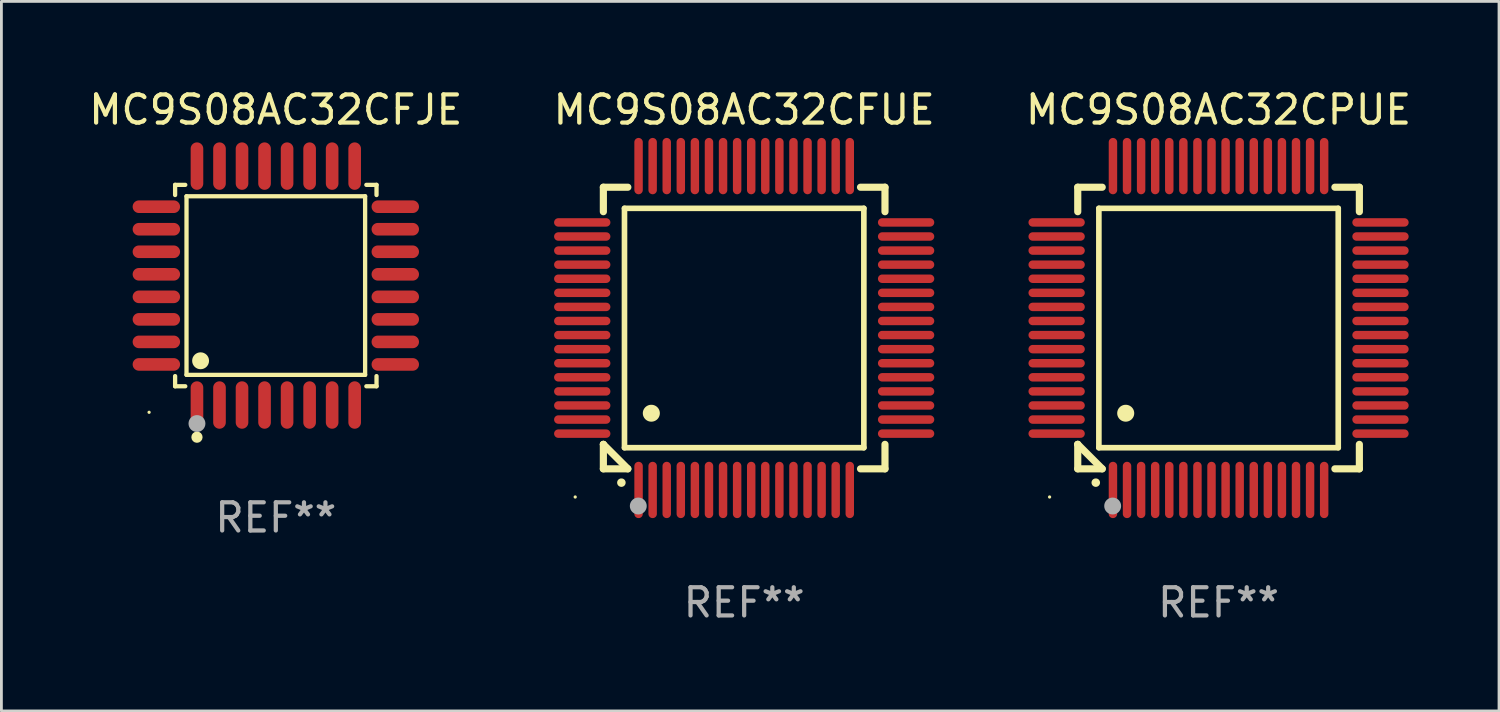
<source format=kicad_pcb>
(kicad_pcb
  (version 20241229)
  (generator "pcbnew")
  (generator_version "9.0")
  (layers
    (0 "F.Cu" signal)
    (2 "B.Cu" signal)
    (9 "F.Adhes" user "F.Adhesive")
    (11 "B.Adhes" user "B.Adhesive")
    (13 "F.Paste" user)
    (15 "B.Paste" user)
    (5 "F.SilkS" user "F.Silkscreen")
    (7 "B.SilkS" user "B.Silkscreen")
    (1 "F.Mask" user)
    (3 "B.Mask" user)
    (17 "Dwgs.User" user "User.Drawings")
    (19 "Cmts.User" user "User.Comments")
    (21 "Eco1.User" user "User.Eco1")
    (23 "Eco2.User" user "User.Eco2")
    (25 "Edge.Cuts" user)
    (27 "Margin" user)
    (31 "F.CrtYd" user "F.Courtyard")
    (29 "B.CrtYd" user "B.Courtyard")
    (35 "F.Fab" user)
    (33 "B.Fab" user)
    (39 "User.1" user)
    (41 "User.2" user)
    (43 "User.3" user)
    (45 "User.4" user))
  (footprint "MC9S08AC32CFUE"
    (layer "F.Cu")
    (at 23.375 8.598)
    (property "Reference" "MC9S08AC32CFUE" (at 0 -7.75 0) (layer "F.SilkS") (effects (font (size 1 1) (thickness 0.15))))
    (attr through_hole)
    (fp_line (start -5 -5) (end -4.131 -5) (stroke (width 0.254) (type solid)) (layer "F.SilkS"))
    (fp_line (start -5 -4.131) (end -5 -5) (stroke (width 0.254) (type solid)) (layer "F.SilkS"))
    (fp_line (start -5 4.131) (end -5 4.131) (stroke (width 0.254) (type solid)) (layer "F.SilkS"))
    (fp_line (start -5 5) (end -5 4.131) (stroke (width 0.254) (type solid)) (layer "F.SilkS"))
    (fp_line (start -5 4.131) (end -4.131 5) (stroke (width 0.254) (type solid)) (layer "F.SilkS"))
    (fp_line (start -4.25 -4.25) (end -4.25 4.25) (stroke (width 0.2) (type solid)) (layer "F.SilkS"))
    (fp_line (start -4.25 4.25) (end 4.25 4.25) (stroke (width 0.2) (type solid)) (layer "F.SilkS"))
    (fp_line (start -4.131 5) (end -5 5) (stroke (width 0.254) (type solid)) (layer "F.SilkS"))
    (fp_line (start 4.25 -4.25) (end -4.25 -4.25) (stroke (width 0.2) (type solid)) (layer "F.SilkS"))
    (fp_line (start 4.25 4.25) (end 4.25 -4.25) (stroke (width 0.2) (type solid)) (layer "F.SilkS"))
    (fp_line (start 5 -5) (end 4.131 -5) (stroke (width 0.254) (type solid)) (layer "F.SilkS"))
    (fp_line (start 5 -5) (end 5 -4.131) (stroke (width 0.254) (type solid)) (layer "F.SilkS"))
    (fp_line (start 5 4.131) (end 5 5) (stroke (width 0.254) (type solid)) (layer "F.SilkS"))
    (fp_line (start 5 5) (end 4.131 5) (stroke (width 0.254) (type solid)) (layer "F.SilkS"))
    (fp_arc (start -4.361265 5.489992) (mid -4.359995 5.489987) (end -4.358725 5.489992) (stroke (width 0.3) (type solid)) (layer "F.SilkS"))
    (fp_arc (start -3.299467 3.025146) (mid -3.296927 3.025135) (end -3.294387 3.025146) (stroke (width 0.6) (type solid)) (layer "F.SilkS"))
    (fp_circle (center -6 6) (end -5.97 6) (stroke (width 0.06) (type solid)) (fill no) (layer "F.SilkS"))
    (fp_circle (center -3.76 6.32) (end -3.61 6.32) (stroke (width 0.3) (type solid)) (fill no) (layer "F.Fab"))
    (fp_text user "REF**" (at 0 9.75 0) (layer "F.Fab") (effects (font (size 1 1) (thickness 0.15))))
    (pad "1" smd oval (at -3.75 5.75) (size 0.3 2) (layers "F.Cu" "F.Mask" "F.Paste"))
    (pad "2" smd oval (at -3.25 5.75) (size 0.3 2) (layers "F.Cu" "F.Mask" "F.Paste"))
    (pad "3" smd oval (at -2.75 5.75) (size 0.3 2) (layers "F.Cu" "F.Mask" "F.Paste"))
    (pad "4" smd oval (at -2.25 5.75) (size 0.3 2) (layers "F.Cu" "F.Mask" "F.Paste"))
    (pad "5" smd oval (at -1.75 5.75) (size 0.3 2) (layers "F.Cu" "F.Mask" "F.Paste"))
    (pad "6" smd oval (at -1.25 5.75) (size 0.3 2) (layers "F.Cu" "F.Mask" "F.Paste"))
    (pad "7" smd oval (at -0.75 5.75) (size 0.3 2) (layers "F.Cu" "F.Mask" "F.Paste"))
    (pad "8" smd oval (at -0.25 5.75) (size 0.3 2) (layers "F.Cu" "F.Mask" "F.Paste"))
    (pad "9" smd oval (at 0.25 5.75) (size 0.3 2) (layers "F.Cu" "F.Mask" "F.Paste"))
    (pad "10" smd oval (at 0.75 5.75) (size 0.3 2) (layers "F.Cu" "F.Mask" "F.Paste"))
    (pad "11" smd oval (at 1.25 5.75) (size 0.3 2) (layers "F.Cu" "F.Mask" "F.Paste"))
    (pad "12" smd oval (at 1.75 5.75) (size 0.3 2) (layers "F.Cu" "F.Mask" "F.Paste"))
    (pad "13" smd oval (at 2.25 5.75) (size 0.3 2) (layers "F.Cu" "F.Mask" "F.Paste"))
    (pad "14" smd oval (at 2.75 5.75) (size 0.3 2) (layers "F.Cu" "F.Mask" "F.Paste"))
    (pad "15" smd oval (at 3.25 5.75) (size 0.3 2) (layers "F.Cu" "F.Mask" "F.Paste"))
    (pad "16" smd oval (at 3.75 5.75) (size 0.3 2) (layers "F.Cu" "F.Mask" "F.Paste"))
    (pad "17" smd oval (at 5.75 3.75) (size 2 0.3) (layers "F.Cu" "F.Mask" "F.Paste"))
    (pad "18" smd oval (at 5.75 3.25) (size 2 0.3) (layers "F.Cu" "F.Mask" "F.Paste"))
    (pad "19" smd oval (at 5.75 2.75) (size 2 0.3) (layers "F.Cu" "F.Mask" "F.Paste"))
    (pad "20" smd oval (at 5.75 2.25) (size 2 0.3) (layers "F.Cu" "F.Mask" "F.Paste"))
    (pad "21" smd oval (at 5.75 1.75) (size 2 0.3) (layers "F.Cu" "F.Mask" "F.Paste"))
    (pad "22" smd oval (at 5.75 1.25) (size 2 0.3) (layers "F.Cu" "F.Mask" "F.Paste"))
    (pad "23" smd oval (at 5.75 0.75) (size 2 0.3) (layers "F.Cu" "F.Mask" "F.Paste"))
    (pad "24" smd oval (at 5.75 0.25) (size 2 0.3) (layers "F.Cu" "F.Mask" "F.Paste"))
    (pad "25" smd oval (at 5.75 -0.25) (size 2 0.3) (layers "F.Cu" "F.Mask" "F.Paste"))
    (pad "26" smd oval (at 5.75 -0.75) (size 2 0.3) (layers "F.Cu" "F.Mask" "F.Paste"))
    (pad "27" smd oval (at 5.75 -1.25) (size 2 0.3) (layers "F.Cu" "F.Mask" "F.Paste"))
    (pad "28" smd oval (at 5.75 -1.75) (size 2 0.3) (layers "F.Cu" "F.Mask" "F.Paste"))
    (pad "29" smd oval (at 5.75 -2.25) (size 2 0.3) (layers "F.Cu" "F.Mask" "F.Paste"))
    (pad "30" smd oval (at 5.75 -2.75) (size 2 0.3) (layers "F.Cu" "F.Mask" "F.Paste"))
    (pad "31" smd oval (at 5.75 -3.25) (size 2 0.3) (layers "F.Cu" "F.Mask" "F.Paste"))
    (pad "32" smd oval (at 5.75 -3.75) (size 2 0.3) (layers "F.Cu" "F.Mask" "F.Paste"))
    (pad "33" smd oval (at 3.75 -5.75) (size 0.3 2) (layers "F.Cu" "F.Mask" "F.Paste"))
    (pad "34" smd oval (at 3.25 -5.75) (size 0.3 2) (layers "F.Cu" "F.Mask" "F.Paste"))
    (pad "35" smd oval (at 2.75 -5.75) (size 0.3 2) (layers "F.Cu" "F.Mask" "F.Paste"))
    (pad "36" smd oval (at 2.25 -5.75) (size 0.3 2) (layers "F.Cu" "F.Mask" "F.Paste"))
    (pad "37" smd oval (at 1.75 -5.75) (size 0.3 2) (layers "F.Cu" "F.Mask" "F.Paste"))
    (pad "38" smd oval (at 1.25 -5.75) (size 0.3 2) (layers "F.Cu" "F.Mask" "F.Paste"))
    (pad "39" smd oval (at 0.75 -5.75) (size 0.3 2) (layers "F.Cu" "F.Mask" "F.Paste"))
    (pad "40" smd oval (at 0.25 -5.75) (size 0.3 2) (layers "F.Cu" "F.Mask" "F.Paste"))
    (pad "41" smd oval (at -0.25 -5.75) (size 0.3 2) (layers "F.Cu" "F.Mask" "F.Paste"))
    (pad "42" smd oval (at -0.75 -5.75) (size 0.3 2) (layers "F.Cu" "F.Mask" "F.Paste"))
    (pad "43" smd oval (at -1.25 -5.75) (size 0.3 2) (layers "F.Cu" "F.Mask" "F.Paste"))
    (pad "44" smd oval (at -1.75 -5.75) (size 0.3 2) (layers "F.Cu" "F.Mask" "F.Paste"))
    (pad "45" smd oval (at -2.25 -5.75) (size 0.3 2) (layers "F.Cu" "F.Mask" "F.Paste"))
    (pad "46" smd oval (at -2.75 -5.75) (size 0.3 2) (layers "F.Cu" "F.Mask" "F.Paste"))
    (pad "47" smd oval (at -3.25 -5.75) (size 0.3 2) (layers "F.Cu" "F.Mask" "F.Paste"))
    (pad "48" smd oval (at -3.75 -5.75) (size 0.3 2) (layers "F.Cu" "F.Mask" "F.Paste"))
    (pad "49" smd oval (at -5.75 -3.75) (size 2 0.3) (layers "F.Cu" "F.Mask" "F.Paste"))
    (pad "50" smd oval (at -5.75 -3.25) (size 2 0.3) (layers "F.Cu" "F.Mask" "F.Paste"))
    (pad "51" smd oval (at -5.75 -2.75) (size 2 0.3) (layers "F.Cu" "F.Mask" "F.Paste"))
    (pad "52" smd oval (at -5.75 -2.25) (size 2 0.3) (layers "F.Cu" "F.Mask" "F.Paste"))
    (pad "53" smd oval (at -5.75 -1.75) (size 2 0.3) (layers "F.Cu" "F.Mask" "F.Paste"))
    (pad "54" smd oval (at -5.75 -1.25) (size 2 0.3) (layers "F.Cu" "F.Mask" "F.Paste"))
    (pad "55" smd oval (at -5.75 -0.75) (size 2 0.3) (layers "F.Cu" "F.Mask" "F.Paste"))
    (pad "56" smd oval (at -5.75 -0.25) (size 2 0.3) (layers "F.Cu" "F.Mask" "F.Paste"))
    (pad "57" smd oval (at -5.75 0.25) (size 2 0.3) (layers "F.Cu" "F.Mask" "F.Paste"))
    (pad "58" smd oval (at -5.75 0.75) (size 2 0.3) (layers "F.Cu" "F.Mask" "F.Paste"))
    (pad "59" smd oval (at -5.75 1.25) (size 2 0.3) (layers "F.Cu" "F.Mask" "F.Paste"))
    (pad "60" smd oval (at -5.75 1.75) (size 2 0.3) (layers "F.Cu" "F.Mask" "F.Paste"))
    (pad "61" smd oval (at -5.75 2.25) (size 2 0.3) (layers "F.Cu" "F.Mask" "F.Paste"))
    (pad "62" smd oval (at -5.75 2.75) (size 2 0.3) (layers "F.Cu" "F.Mask" "F.Paste"))
    (pad "63" smd oval (at -5.75 3.25) (size 2 0.3) (layers "F.Cu" "F.Mask" "F.Paste"))
    (pad "64" smd oval (at -5.75 3.75) (size 2 0.3) (layers "F.Cu" "F.Mask" "F.Paste")))
  (footprint "MC9S08AC32CPUE"
    (layer "F.Cu")
    (at 40.22 8.598)
    (property "Reference" "MC9S08AC32CPUE" (at 0 -7.75 0) (layer "F.SilkS") (effects (font (size 1 1) (thickness 0.15))))
    (attr through_hole)
    (fp_line (start -5 -5) (end -4.131 -5) (stroke (width 0.254) (type solid)) (layer "F.SilkS"))
    (fp_line (start -5 -4.131) (end -5 -5) (stroke (width 0.254) (type solid)) (layer "F.SilkS"))
    (fp_line (start -5 4.131) (end -5 4.131) (stroke (width 0.254) (type solid)) (layer "F.SilkS"))
    (fp_line (start -5 5) (end -5 4.131) (stroke (width 0.254) (type solid)) (layer "F.SilkS"))
    (fp_line (start -5 4.131) (end -4.131 5) (stroke (width 0.254) (type solid)) (layer "F.SilkS"))
    (fp_line (start -4.25 -4.25) (end -4.25 4.25) (stroke (width 0.2) (type solid)) (layer "F.SilkS"))
    (fp_line (start -4.25 4.25) (end 4.25 4.25) (stroke (width 0.2) (type solid)) (layer "F.SilkS"))
    (fp_line (start -4.131 5) (end -5 5) (stroke (width 0.254) (type solid)) (layer "F.SilkS"))
    (fp_line (start 4.25 -4.25) (end -4.25 -4.25) (stroke (width 0.2) (type solid)) (layer "F.SilkS"))
    (fp_line (start 4.25 4.25) (end 4.25 -4.25) (stroke (width 0.2) (type solid)) (layer "F.SilkS"))
    (fp_line (start 5 -5) (end 4.131 -5) (stroke (width 0.254) (type solid)) (layer "F.SilkS"))
    (fp_line (start 5 -5) (end 5 -4.131) (stroke (width 0.254) (type solid)) (layer "F.SilkS"))
    (fp_line (start 5 4.131) (end 5 5) (stroke (width 0.254) (type solid)) (layer "F.SilkS"))
    (fp_line (start 5 5) (end 4.131 5) (stroke (width 0.254) (type solid)) (layer "F.SilkS"))
    (fp_arc (start -4.361265 5.489992) (mid -4.359995 5.489987) (end -4.358725 5.489992) (stroke (width 0.3) (type solid)) (layer "F.SilkS"))
    (fp_arc (start -3.299467 3.025146) (mid -3.296927 3.025135) (end -3.294387 3.025146) (stroke (width 0.6) (type solid)) (layer "F.SilkS"))
    (fp_circle (center -6 6) (end -5.97 6) (stroke (width 0.06) (type solid)) (fill no) (layer "F.SilkS"))
    (fp_circle (center -3.76 6.32) (end -3.61 6.32) (stroke (width 0.3) (type solid)) (fill no) (layer "F.Fab"))
    (fp_text user "REF**" (at 0 9.75 0) (layer "F.Fab") (effects (font (size 1 1) (thickness 0.15))))
    (pad "1" smd oval (at -3.75 5.75) (size 0.3 2) (layers "F.Cu" "F.Mask" "F.Paste"))
    (pad "2" smd oval (at -3.25 5.75) (size 0.3 2) (layers "F.Cu" "F.Mask" "F.Paste"))
    (pad "3" smd oval (at -2.75 5.75) (size 0.3 2) (layers "F.Cu" "F.Mask" "F.Paste"))
    (pad "4" smd oval (at -2.25 5.75) (size 0.3 2) (layers "F.Cu" "F.Mask" "F.Paste"))
    (pad "5" smd oval (at -1.75 5.75) (size 0.3 2) (layers "F.Cu" "F.Mask" "F.Paste"))
    (pad "6" smd oval (at -1.25 5.75) (size 0.3 2) (layers "F.Cu" "F.Mask" "F.Paste"))
    (pad "7" smd oval (at -0.75 5.75) (size 0.3 2) (layers "F.Cu" "F.Mask" "F.Paste"))
    (pad "8" smd oval (at -0.25 5.75) (size 0.3 2) (layers "F.Cu" "F.Mask" "F.Paste"))
    (pad "9" smd oval (at 0.25 5.75) (size 0.3 2) (layers "F.Cu" "F.Mask" "F.Paste"))
    (pad "10" smd oval (at 0.75 5.75) (size 0.3 2) (layers "F.Cu" "F.Mask" "F.Paste"))
    (pad "11" smd oval (at 1.25 5.75) (size 0.3 2) (layers "F.Cu" "F.Mask" "F.Paste"))
    (pad "12" smd oval (at 1.75 5.75) (size 0.3 2) (layers "F.Cu" "F.Mask" "F.Paste"))
    (pad "13" smd oval (at 2.25 5.75) (size 0.3 2) (layers "F.Cu" "F.Mask" "F.Paste"))
    (pad "14" smd oval (at 2.75 5.75) (size 0.3 2) (layers "F.Cu" "F.Mask" "F.Paste"))
    (pad "15" smd oval (at 3.25 5.75) (size 0.3 2) (layers "F.Cu" "F.Mask" "F.Paste"))
    (pad "16" smd oval (at 3.75 5.75) (size 0.3 2) (layers "F.Cu" "F.Mask" "F.Paste"))
    (pad "17" smd oval (at 5.75 3.75) (size 2 0.3) (layers "F.Cu" "F.Mask" "F.Paste"))
    (pad "18" smd oval (at 5.75 3.25) (size 2 0.3) (layers "F.Cu" "F.Mask" "F.Paste"))
    (pad "19" smd oval (at 5.75 2.75) (size 2 0.3) (layers "F.Cu" "F.Mask" "F.Paste"))
    (pad "20" smd oval (at 5.75 2.25) (size 2 0.3) (layers "F.Cu" "F.Mask" "F.Paste"))
    (pad "21" smd oval (at 5.75 1.75) (size 2 0.3) (layers "F.Cu" "F.Mask" "F.Paste"))
    (pad "22" smd oval (at 5.75 1.25) (size 2 0.3) (layers "F.Cu" "F.Mask" "F.Paste"))
    (pad "23" smd oval (at 5.75 0.75) (size 2 0.3) (layers "F.Cu" "F.Mask" "F.Paste"))
    (pad "24" smd oval (at 5.75 0.25) (size 2 0.3) (layers "F.Cu" "F.Mask" "F.Paste"))
    (pad "25" smd oval (at 5.75 -0.25) (size 2 0.3) (layers "F.Cu" "F.Mask" "F.Paste"))
    (pad "26" smd oval (at 5.75 -0.75) (size 2 0.3) (layers "F.Cu" "F.Mask" "F.Paste"))
    (pad "27" smd oval (at 5.75 -1.25) (size 2 0.3) (layers "F.Cu" "F.Mask" "F.Paste"))
    (pad "28" smd oval (at 5.75 -1.75) (size 2 0.3) (layers "F.Cu" "F.Mask" "F.Paste"))
    (pad "29" smd oval (at 5.75 -2.25) (size 2 0.3) (layers "F.Cu" "F.Mask" "F.Paste"))
    (pad "30" smd oval (at 5.75 -2.75) (size 2 0.3) (layers "F.Cu" "F.Mask" "F.Paste"))
    (pad "31" smd oval (at 5.75 -3.25) (size 2 0.3) (layers "F.Cu" "F.Mask" "F.Paste"))
    (pad "32" smd oval (at 5.75 -3.75) (size 2 0.3) (layers "F.Cu" "F.Mask" "F.Paste"))
    (pad "33" smd oval (at 3.75 -5.75) (size 0.3 2) (layers "F.Cu" "F.Mask" "F.Paste"))
    (pad "34" smd oval (at 3.25 -5.75) (size 0.3 2) (layers "F.Cu" "F.Mask" "F.Paste"))
    (pad "35" smd oval (at 2.75 -5.75) (size 0.3 2) (layers "F.Cu" "F.Mask" "F.Paste"))
    (pad "36" smd oval (at 2.25 -5.75) (size 0.3 2) (layers "F.Cu" "F.Mask" "F.Paste"))
    (pad "37" smd oval (at 1.75 -5.75) (size 0.3 2) (layers "F.Cu" "F.Mask" "F.Paste"))
    (pad "38" smd oval (at 1.25 -5.75) (size 0.3 2) (layers "F.Cu" "F.Mask" "F.Paste"))
    (pad "39" smd oval (at 0.75 -5.75) (size 0.3 2) (layers "F.Cu" "F.Mask" "F.Paste"))
    (pad "40" smd oval (at 0.25 -5.75) (size 0.3 2) (layers "F.Cu" "F.Mask" "F.Paste"))
    (pad "41" smd oval (at -0.25 -5.75) (size 0.3 2) (layers "F.Cu" "F.Mask" "F.Paste"))
    (pad "42" smd oval (at -0.75 -5.75) (size 0.3 2) (layers "F.Cu" "F.Mask" "F.Paste"))
    (pad "43" smd oval (at -1.25 -5.75) (size 0.3 2) (layers "F.Cu" "F.Mask" "F.Paste"))
    (pad "44" smd oval (at -1.75 -5.75) (size 0.3 2) (layers "F.Cu" "F.Mask" "F.Paste"))
    (pad "45" smd oval (at -2.25 -5.75) (size 0.3 2) (layers "F.Cu" "F.Mask" "F.Paste"))
    (pad "46" smd oval (at -2.75 -5.75) (size 0.3 2) (layers "F.Cu" "F.Mask" "F.Paste"))
    (pad "47" smd oval (at -3.25 -5.75) (size 0.3 2) (layers "F.Cu" "F.Mask" "F.Paste"))
    (pad "48" smd oval (at -3.75 -5.75) (size 0.3 2) (layers "F.Cu" "F.Mask" "F.Paste"))
    (pad "49" smd oval (at -5.75 -3.75) (size 2 0.3) (layers "F.Cu" "F.Mask" "F.Paste"))
    (pad "50" smd oval (at -5.75 -3.25) (size 2 0.3) (layers "F.Cu" "F.Mask" "F.Paste"))
    (pad "51" smd oval (at -5.75 -2.75) (size 2 0.3) (layers "F.Cu" "F.Mask" "F.Paste"))
    (pad "52" smd oval (at -5.75 -2.25) (size 2 0.3) (layers "F.Cu" "F.Mask" "F.Paste"))
    (pad "53" smd oval (at -5.75 -1.75) (size 2 0.3) (layers "F.Cu" "F.Mask" "F.Paste"))
    (pad "54" smd oval (at -5.75 -1.25) (size 2 0.3) (layers "F.Cu" "F.Mask" "F.Paste"))
    (pad "55" smd oval (at -5.75 -0.75) (size 2 0.3) (layers "F.Cu" "F.Mask" "F.Paste"))
    (pad "56" smd oval (at -5.75 -0.25) (size 2 0.3) (layers "F.Cu" "F.Mask" "F.Paste"))
    (pad "57" smd oval (at -5.75 0.25) (size 2 0.3) (layers "F.Cu" "F.Mask" "F.Paste"))
    (pad "58" smd oval (at -5.75 0.75) (size 2 0.3) (layers "F.Cu" "F.Mask" "F.Paste"))
    (pad "59" smd oval (at -5.75 1.25) (size 2 0.3) (layers "F.Cu" "F.Mask" "F.Paste"))
    (pad "60" smd oval (at -5.75 1.75) (size 2 0.3) (layers "F.Cu" "F.Mask" "F.Paste"))
    (pad "61" smd oval (at -5.75 2.25) (size 2 0.3) (layers "F.Cu" "F.Mask" "F.Paste"))
    (pad "62" smd oval (at -5.75 2.75) (size 2 0.3) (layers "F.Cu" "F.Mask" "F.Paste"))
    (pad "63" smd oval (at -5.75 3.25) (size 2 0.3) (layers "F.Cu" "F.Mask" "F.Paste"))
    (pad "64" smd oval (at -5.75 3.75) (size 2 0.3) (layers "F.Cu" "F.Mask" "F.Paste")))
  (footprint "MC9S08AC32CFJE"
    (layer "F.Cu")
    (at 6.744 7.09)
    (property "Reference" "MC9S08AC32CFJE" (at 0 -6.242 0) (layer "F.SilkS") (effects (font (size 1 1) (thickness 0.15))))
    (attr through_hole)
    (fp_line (start -3.576 -3.576) (end -3.215 -3.576) (stroke (width 0.152) (type solid)) (layer "F.SilkS"))
    (fp_line (start -3.576 -3.215) (end -3.576 -3.576) (stroke (width 0.152) (type solid)) (layer "F.SilkS"))
    (fp_line (start -3.576 3.215) (end -3.576 3.576) (stroke (width 0.152) (type solid)) (layer "F.SilkS"))
    (fp_line (start -3.576 3.576) (end -3.215 3.576) (stroke (width 0.152) (type solid)) (layer "F.SilkS"))
    (fp_line (start -3.171 -3.171) (end 3.171 -3.171) (stroke (width 0.152) (type solid)) (layer "F.SilkS"))
    (fp_line (start -3.171 3.171) (end -3.171 -3.171) (stroke (width 0.152) (type solid)) (layer "F.SilkS"))
    (fp_line (start 3.171 -3.171) (end 3.171 3.171) (stroke (width 0.152) (type solid)) (layer "F.SilkS"))
    (fp_line (start 3.171 3.171) (end -3.171 3.171) (stroke (width 0.152) (type solid)) (layer "F.SilkS"))
    (fp_line (start 3.576 -3.576) (end 3.215 -3.576) (stroke (width 0.152) (type solid)) (layer "F.SilkS"))
    (fp_line (start 3.576 -3.215) (end 3.576 -3.576) (stroke (width 0.152) (type solid)) (layer "F.SilkS"))
    (fp_line (start 3.576 3.215) (end 3.576 3.576) (stroke (width 0.152) (type solid)) (layer "F.SilkS"))
    (fp_line (start 3.576 3.576) (end 3.215 3.576) (stroke (width 0.152) (type solid)) (layer "F.SilkS"))
    (fp_circle (center -4.5 4.5) (end -4.47 4.5) (stroke (width 0.06) (type solid)) (fill no) (layer "F.SilkS"))
    (fp_circle (center -2.8 5.384) (end -2.7 5.384) (stroke (width 0.2) (type solid)) (fill no) (layer "F.SilkS"))
    (fp_circle (center -2.671 2.671) (end -2.521 2.671) (stroke (width 0.3) (type solid)) (fill no) (layer "F.SilkS"))
    (fp_circle (center -2.8 4.9) (end -2.65 4.9) (stroke (width 0.3) (type solid)) (fill no) (layer "F.Fab"))
    (fp_text user "REF**" (at 0 8.242 0) (layer "F.Fab") (effects (font (size 1 1) (thickness 0.15))))
    (pad "1" smd oval (at -2.8 4.242) (size 0.448 1.684) (layers "F.Cu" "F.Mask" "F.Paste"))
    (pad "2" smd oval (at -2 4.242) (size 0.448 1.684) (layers "F.Cu" "F.Mask" "F.Paste"))
    (pad "3" smd oval (at -1.2 4.242) (size 0.448 1.684) (layers "F.Cu" "F.Mask" "F.Paste"))
    (pad "4" smd oval (at -0.4 4.242) (size 0.448 1.684) (layers "F.Cu" "F.Mask" "F.Paste"))
    (pad "5" smd oval (at 0.4 4.242) (size 0.448 1.684) (layers "F.Cu" "F.Mask" "F.Paste"))
    (pad "6" smd oval (at 1.2 4.242) (size 0.448 1.684) (layers "F.Cu" "F.Mask" "F.Paste"))
    (pad "7" smd oval (at 2 4.242) (size 0.448 1.684) (layers "F.Cu" "F.Mask" "F.Paste"))
    (pad "8" smd oval (at 2.8 4.242) (size 0.448 1.684) (layers "F.Cu" "F.Mask" "F.Paste"))
    (pad "9" smd oval (at 4.242 2.8) (size 1.684 0.448) (layers "F.Cu" "F.Mask" "F.Paste"))
    (pad "10" smd oval (at 4.242 2) (size 1.684 0.448) (layers "F.Cu" "F.Mask" "F.Paste"))
    (pad "11" smd oval (at 4.242 1.2) (size 1.684 0.448) (layers "F.Cu" "F.Mask" "F.Paste"))
    (pad "12" smd oval (at 4.242 0.4) (size 1.684 0.448) (layers "F.Cu" "F.Mask" "F.Paste"))
    (pad "13" smd oval (at 4.242 -0.4) (size 1.684 0.448) (layers "F.Cu" "F.Mask" "F.Paste"))
    (pad "14" smd oval (at 4.242 -1.2) (size 1.684 0.448) (layers "F.Cu" "F.Mask" "F.Paste"))
    (pad "15" smd oval (at 4.242 -2) (size 1.684 0.448) (layers "F.Cu" "F.Mask" "F.Paste"))
    (pad "16" smd oval (at 4.242 -2.8) (size 1.684 0.448) (layers "F.Cu" "F.Mask" "F.Paste"))
    (pad "17" smd oval (at 2.8 -4.242) (size 0.448 1.684) (layers "F.Cu" "F.Mask" "F.Paste"))
    (pad "18" smd oval (at 2 -4.242) (size 0.448 1.684) (layers "F.Cu" "F.Mask" "F.Paste"))
    (pad "19" smd oval (at 1.2 -4.242) (size 0.448 1.684) (layers "F.Cu" "F.Mask" "F.Paste"))
    (pad "20" smd oval (at 0.4 -4.242) (size 0.448 1.684) (layers "F.Cu" "F.Mask" "F.Paste"))
    (pad "21" smd oval (at -0.4 -4.242) (size 0.448 1.684) (layers "F.Cu" "F.Mask" "F.Paste"))
    (pad "22" smd oval (at -1.2 -4.242) (size 0.448 1.684) (layers "F.Cu" "F.Mask" "F.Paste"))
    (pad "23" smd oval (at -2 -4.242) (size 0.448 1.684) (layers "F.Cu" "F.Mask" "F.Paste"))
    (pad "24" smd oval (at -2.8 -4.242) (size 0.448 1.684) (layers "F.Cu" "F.Mask" "F.Paste"))
    (pad "25" smd oval (at -4.242 -2.8) (size 1.684 0.448) (layers "F.Cu" "F.Mask" "F.Paste"))
    (pad "26" smd oval (at -4.242 -2) (size 1.684 0.448) (layers "F.Cu" "F.Mask" "F.Paste"))
    (pad "27" smd oval (at -4.242 -1.2) (size 1.684 0.448) (layers "F.Cu" "F.Mask" "F.Paste"))
    (pad "28" smd oval (at -4.242 -0.4) (size 1.684 0.448) (layers "F.Cu" "F.Mask" "F.Paste"))
    (pad "29" smd oval (at -4.242 0.4) (size 1.684 0.448) (layers "F.Cu" "F.Mask" "F.Paste"))
    (pad "30" smd oval (at -4.242 1.2) (size 1.684 0.448) (layers "F.Cu" "F.Mask" "F.Paste"))
    (pad "31" smd oval (at -4.242 2) (size 1.684 0.448) (layers "F.Cu" "F.Mask" "F.Paste"))
    (pad "32" smd oval (at -4.242 2.8) (size 1.684 0.448) (layers "F.Cu" "F.Mask" "F.Paste")))
  (gr_rect
    (start -3 -3)
    (end 50.179 22.196)
    (stroke (width 0.1) (type default))
    (fill no)
    (layer "Edge.Cuts")))
</source>
